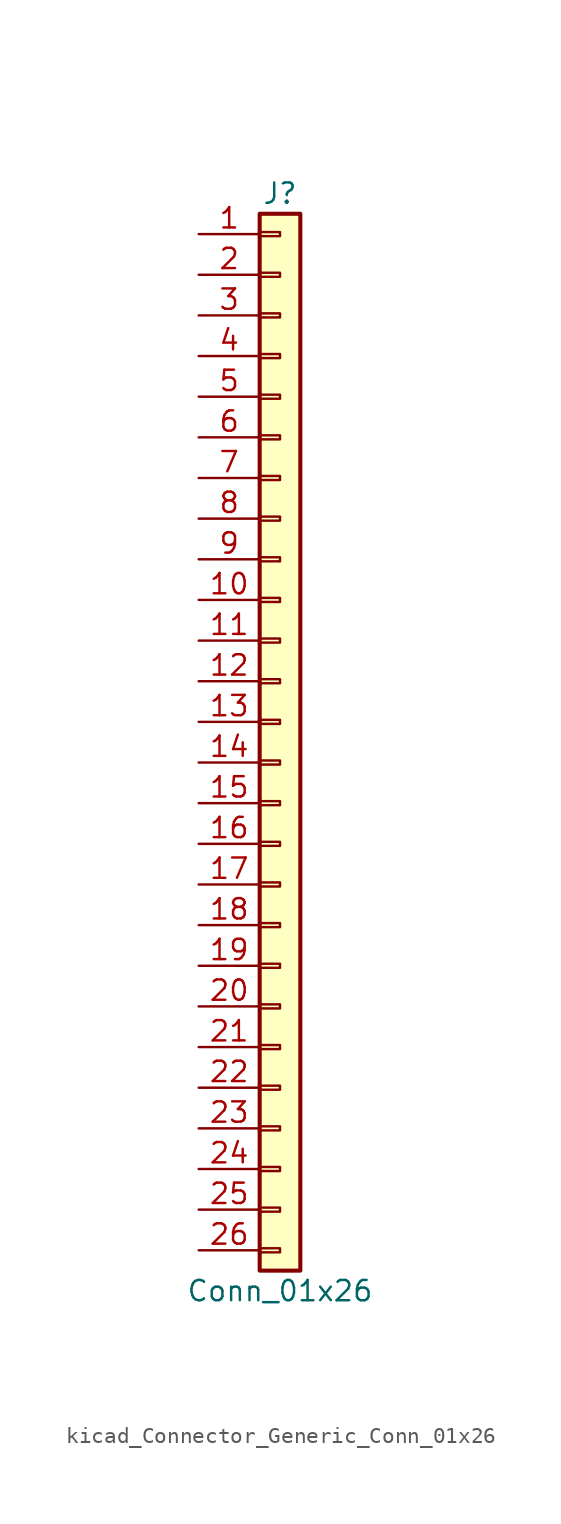
<source format=kicad_sym>
(kicad_symbol_lib
  (version 20220914)
  (generator kicad_symbol_editor)
  (symbol "kicad_Connector_Generic_Conn_01x26"
    (pin_names
      (offset 1.016) hide)
    (property "Reference" "J"
      (at 0 33.02 0)
      (effects (font (size 1.27 1.27))))
    (property "Value" "Conn_01x26"
      (at 0 -35.56 0)
      (effects (font (size 1.27 1.27))))
    (symbol "kicad_Connector_Generic_Conn_01x26_1_1"
      (rectangle (start -1.27 -32.893) (end 0 -33.147) (stroke (width 0.152) (type default)) (fill (type none)))
      (rectangle (start -1.27 -30.353) (end 0 -30.607) (stroke (width 0.152) (type default)) (fill (type none)))
      (rectangle (start -1.27 -27.813) (end 0 -28.067) (stroke (width 0.152) (type default)) (fill (type none)))
      (rectangle (start -1.27 -25.273) (end 0 -25.527) (stroke (width 0.152) (type default)) (fill (type none)))
      (rectangle (start -1.27 -22.733) (end 0 -22.987) (stroke (width 0.152) (type default)) (fill (type none)))
      (rectangle (start -1.27 -20.193) (end 0 -20.447) (stroke (width 0.152) (type default)) (fill (type none)))
      (rectangle (start -1.27 -17.653) (end 0 -17.907) (stroke (width 0.152) (type default)) (fill (type none)))
      (rectangle (start -1.27 -15.113) (end 0 -15.367) (stroke (width 0.152) (type default)) (fill (type none)))
      (rectangle (start -1.27 -12.573) (end 0 -12.827) (stroke (width 0.152) (type default)) (fill (type none)))
      (rectangle (start -1.27 -10.033) (end 0 -10.287) (stroke (width 0.152) (type default)) (fill (type none)))
      (rectangle (start -1.27 -7.493) (end 0 -7.747) (stroke (width 0.152) (type default)) (fill (type none)))
      (rectangle (start -1.27 -4.953) (end 0 -5.207) (stroke (width 0.152) (type default)) (fill (type none)))
      (rectangle (start -1.27 -2.413) (end 0 -2.667) (stroke (width 0.152) (type default)) (fill (type none)))
      (rectangle (start -1.27 0.127) (end 0 -0.127) (stroke (width 0.152) (type default)) (fill (type none)))
      (rectangle (start -1.27 2.667) (end 0 2.413) (stroke (width 0.152) (type default)) (fill (type none)))
      (rectangle (start -1.27 5.207) (end 0 4.953) (stroke (width 0.152) (type default)) (fill (type none)))
      (rectangle (start -1.27 7.747) (end 0 7.493) (stroke (width 0.152) (type default)) (fill (type none)))
      (rectangle (start -1.27 10.287) (end 0 10.033) (stroke (width 0.152) (type default)) (fill (type none)))
      (rectangle (start -1.27 12.827) (end 0 12.573) (stroke (width 0.152) (type default)) (fill (type none)))
      (rectangle (start -1.27 15.367) (end 0 15.113) (stroke (width 0.152) (type default)) (fill (type none)))
      (rectangle (start -1.27 17.907) (end 0 17.653) (stroke (width 0.152) (type default)) (fill (type none)))
      (rectangle (start -1.27 20.447) (end 0 20.193) (stroke (width 0.152) (type default)) (fill (type none)))
      (rectangle (start -1.27 22.987) (end 0 22.733) (stroke (width 0.152) (type default)) (fill (type none)))
      (rectangle (start -1.27 25.527) (end 0 25.273) (stroke (width 0.152) (type default)) (fill (type none)))
      (rectangle (start -1.27 28.067) (end 0 27.813) (stroke (width 0.152) (type default)) (fill (type none)))
      (rectangle (start -1.27 30.607) (end 0 30.353) (stroke (width 0.152) (type default)) (fill (type none)))
      (rectangle (start -1.27 31.75) (end 1.27 -34.29) (stroke (width 0.254) (type default)) (fill (type background)))
      (pin passive line (at -5.08 30.48 0) (length 3.81) (name "Pin_1" (effects (font (size 1.27 1.27)))) (number "1" (effects (font (size 1.27 1.27)))))
      (pin passive line (at -5.08 7.62 0) (length 3.81) (name "Pin_10" (effects (font (size 1.27 1.27)))) (number "10" (effects (font (size 1.27 1.27)))))
      (pin passive line (at -5.08 5.08 0) (length 3.81) (name "Pin_11" (effects (font (size 1.27 1.27)))) (number "11" (effects (font (size 1.27 1.27)))))
      (pin passive line (at -5.08 2.54 0) (length 3.81) (name "Pin_12" (effects (font (size 1.27 1.27)))) (number "12" (effects (font (size 1.27 1.27)))))
      (pin passive line (at -5.08 0 0) (length 3.81) (name "Pin_13" (effects (font (size 1.27 1.27)))) (number "13" (effects (font (size 1.27 1.27)))))
      (pin passive line (at -5.08 -2.54 0) (length 3.81) (name "Pin_14" (effects (font (size 1.27 1.27)))) (number "14" (effects (font (size 1.27 1.27)))))
      (pin passive line (at -5.08 -5.08 0) (length 3.81) (name "Pin_15" (effects (font (size 1.27 1.27)))) (number "15" (effects (font (size 1.27 1.27)))))
      (pin passive line (at -5.08 -7.62 0) (length 3.81) (name "Pin_16" (effects (font (size 1.27 1.27)))) (number "16" (effects (font (size 1.27 1.27)))))
      (pin passive line (at -5.08 -10.16 0) (length 3.81) (name "Pin_17" (effects (font (size 1.27 1.27)))) (number "17" (effects (font (size 1.27 1.27)))))
      (pin passive line (at -5.08 -12.7 0) (length 3.81) (name "Pin_18" (effects (font (size 1.27 1.27)))) (number "18" (effects (font (size 1.27 1.27)))))
      (pin passive line (at -5.08 -15.24 0) (length 3.81) (name "Pin_19" (effects (font (size 1.27 1.27)))) (number "19" (effects (font (size 1.27 1.27)))))
      (pin passive line (at -5.08 27.94 0) (length 3.81) (name "Pin_2" (effects (font (size 1.27 1.27)))) (number "2" (effects (font (size 1.27 1.27)))))
      (pin passive line (at -5.08 -17.78 0) (length 3.81) (name "Pin_20" (effects (font (size 1.27 1.27)))) (number "20" (effects (font (size 1.27 1.27)))))
      (pin passive line (at -5.08 -20.32 0) (length 3.81) (name "Pin_21" (effects (font (size 1.27 1.27)))) (number "21" (effects (font (size 1.27 1.27)))))
      (pin passive line (at -5.08 -22.86 0) (length 3.81) (name "Pin_22" (effects (font (size 1.27 1.27)))) (number "22" (effects (font (size 1.27 1.27)))))
      (pin passive line (at -5.08 -25.4 0) (length 3.81) (name "Pin_23" (effects (font (size 1.27 1.27)))) (number "23" (effects (font (size 1.27 1.27)))))
      (pin passive line (at -5.08 -27.94 0) (length 3.81) (name "Pin_24" (effects (font (size 1.27 1.27)))) (number "24" (effects (font (size 1.27 1.27)))))
      (pin passive line (at -5.08 -30.48 0) (length 3.81) (name "Pin_25" (effects (font (size 1.27 1.27)))) (number "25" (effects (font (size 1.27 1.27)))))
      (pin passive line (at -5.08 -33.02 0) (length 3.81) (name "Pin_26" (effects (font (size 1.27 1.27)))) (number "26" (effects (font (size 1.27 1.27)))))
      (pin passive line (at -5.08 25.4 0) (length 3.81) (name "Pin_3" (effects (font (size 1.27 1.27)))) (number "3" (effects (font (size 1.27 1.27)))))
      (pin passive line (at -5.08 22.86 0) (length 3.81) (name "Pin_4" (effects (font (size 1.27 1.27)))) (number "4" (effects (font (size 1.27 1.27)))))
      (pin passive line (at -5.08 20.32 0) (length 3.81) (name "Pin_5" (effects (font (size 1.27 1.27)))) (number "5" (effects (font (size 1.27 1.27)))))
      (pin passive line (at -5.08 17.78 0) (length 3.81) (name "Pin_6" (effects (font (size 1.27 1.27)))) (number "6" (effects (font (size 1.27 1.27)))))
      (pin passive line (at -5.08 15.24 0) (length 3.81) (name "Pin_7" (effects (font (size 1.27 1.27)))) (number "7" (effects (font (size 1.27 1.27)))))
      (pin passive line (at -5.08 12.7 0) (length 3.81) (name "Pin_8" (effects (font (size 1.27 1.27)))) (number "8" (effects (font (size 1.27 1.27)))))
      (pin passive line (at -5.08 10.16 0) (length 3.81) (name "Pin_9" (effects (font (size 1.27 1.27)))) (number "9" (effects (font (size 1.27 1.27))))))))
</source>
